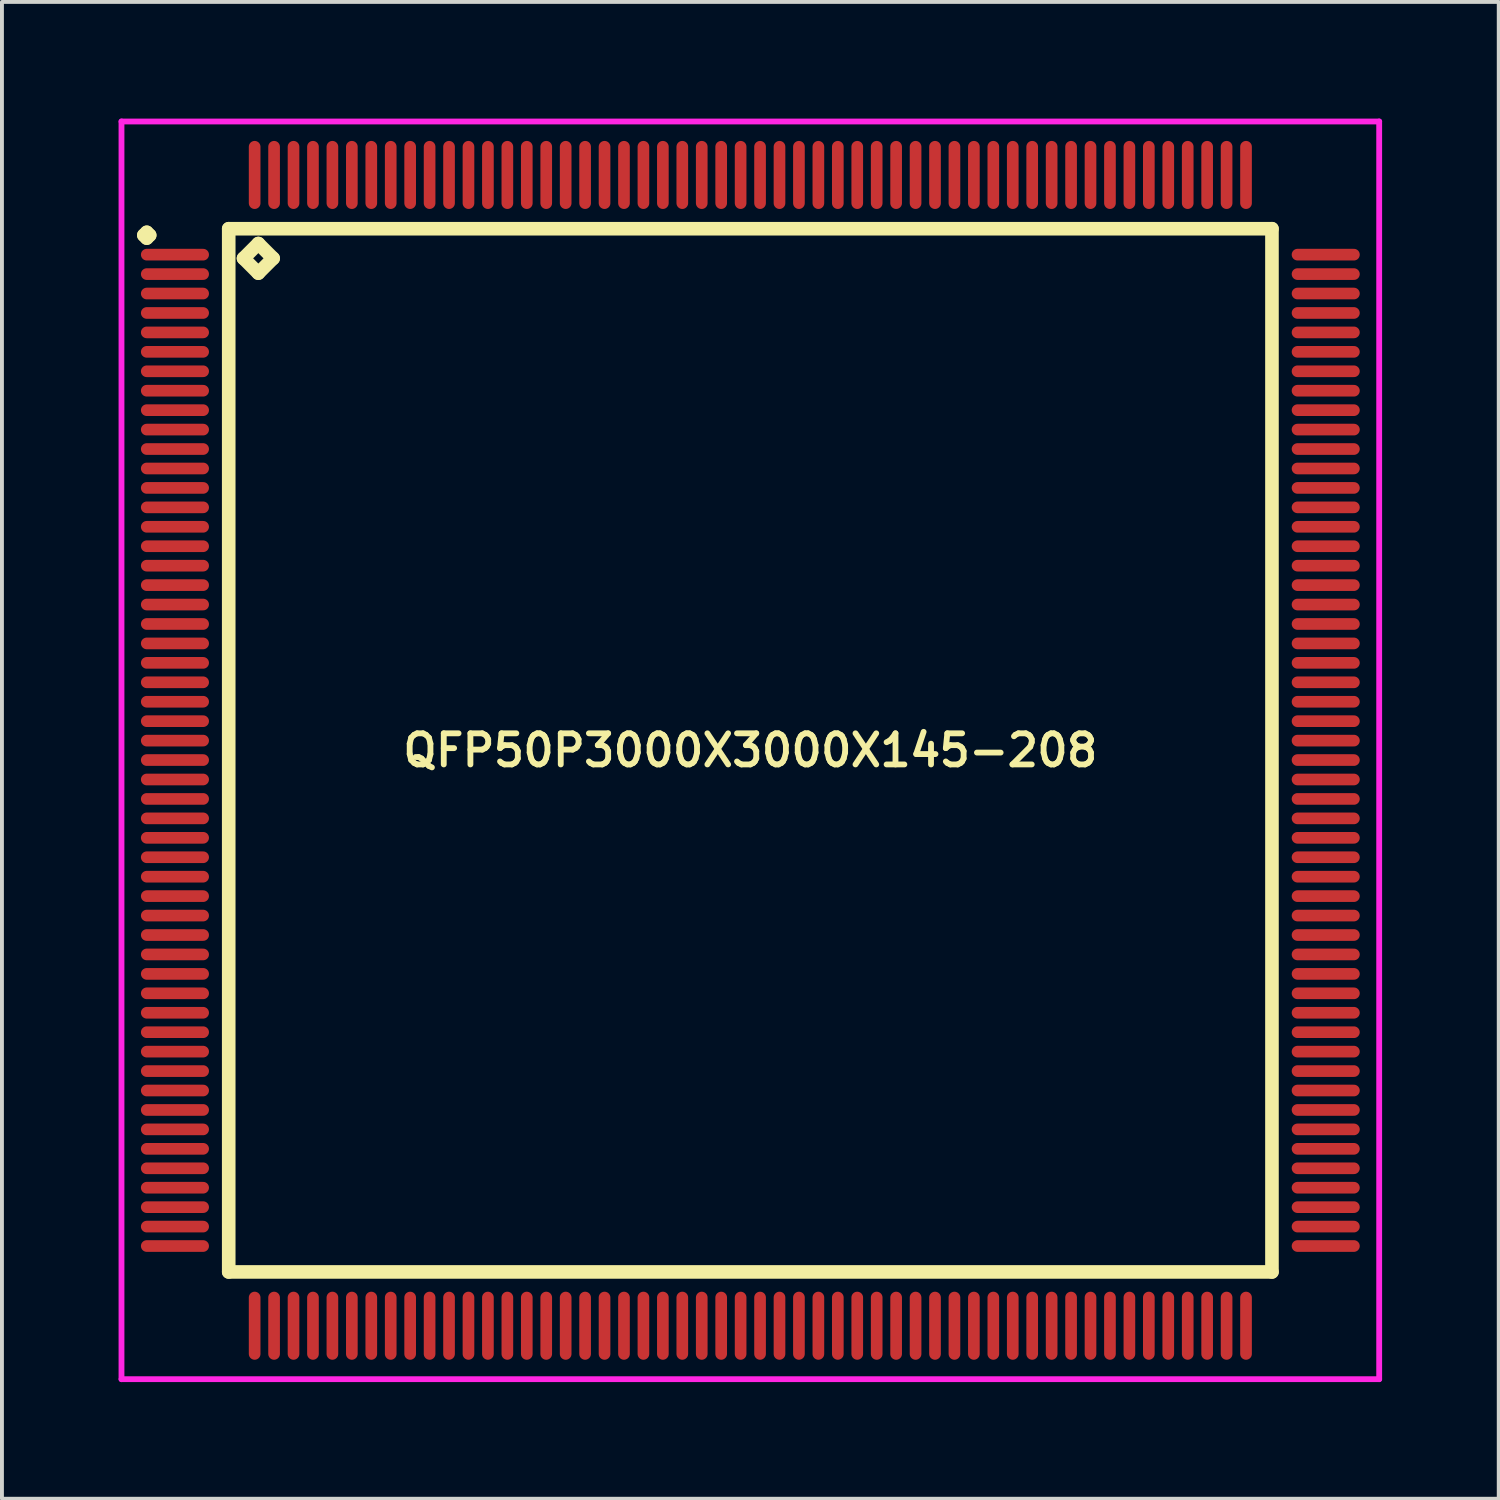
<source format=kicad_pcb>
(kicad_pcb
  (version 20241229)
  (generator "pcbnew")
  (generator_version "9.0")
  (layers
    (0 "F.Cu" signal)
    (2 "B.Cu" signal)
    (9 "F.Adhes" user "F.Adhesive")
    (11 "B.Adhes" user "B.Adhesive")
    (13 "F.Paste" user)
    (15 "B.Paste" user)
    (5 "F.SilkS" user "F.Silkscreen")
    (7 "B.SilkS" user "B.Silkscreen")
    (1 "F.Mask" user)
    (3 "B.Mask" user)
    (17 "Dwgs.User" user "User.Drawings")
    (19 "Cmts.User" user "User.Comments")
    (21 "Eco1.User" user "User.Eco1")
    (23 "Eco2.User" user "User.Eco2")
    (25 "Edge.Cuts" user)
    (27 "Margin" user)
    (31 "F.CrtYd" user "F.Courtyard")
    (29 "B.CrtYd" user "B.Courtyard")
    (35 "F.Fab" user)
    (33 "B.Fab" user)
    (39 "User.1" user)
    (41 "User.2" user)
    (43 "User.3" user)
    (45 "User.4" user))
  (footprint "QFP50P3000X3000X145-208"
    (layer "F.Cu")
    (at 16.25 16.25)
    (property "Reference" "QFP50P3000X3000X145-208" (at 0 0 0) (layer "F.SilkS") (effects (font (size 0.8 0.8) (thickness 0.15))))
    (attr through_hole)
    (fp_line (start -15.6 -13.25) (end -15.525 -13.325) (stroke (width 0.35) (type solid)) (layer "F.SilkS"))
    (fp_line (start -15.525 -13.325) (end -15.45 -13.25) (stroke (width 0.35) (type solid)) (layer "F.SilkS"))
    (fp_line (start -15.525 -13.175) (end -15.6 -13.25) (stroke (width 0.35) (type solid)) (layer "F.SilkS"))
    (fp_line (start -15.45 -13.25) (end -15.525 -13.175) (stroke (width 0.35) (type solid)) (layer "F.SilkS"))
    (fp_line (start -13.417 -13.417) (end -13.417 13.417) (stroke (width 0.35) (type solid)) (layer "F.SilkS"))
    (fp_line (start -13.417 13.417) (end 13.417 13.417) (stroke (width 0.35) (type solid)) (layer "F.SilkS"))
    (fp_line (start -13.036 -12.655) (end -12.655 -13.036) (stroke (width 0.35) (type solid)) (layer "F.SilkS"))
    (fp_line (start -12.655 -13.036) (end -12.274 -12.655) (stroke (width 0.35) (type solid)) (layer "F.SilkS"))
    (fp_line (start -12.655 -12.274) (end -13.036 -12.655) (stroke (width 0.35) (type solid)) (layer "F.SilkS"))
    (fp_line (start -12.274 -12.655) (end -12.655 -12.274) (stroke (width 0.35) (type solid)) (layer "F.SilkS"))
    (fp_line (start 13.417 -13.417) (end -13.417 -13.417) (stroke (width 0.35) (type solid)) (layer "F.SilkS"))
    (fp_line (start 13.417 13.417) (end 13.417 -13.417) (stroke (width 0.35) (type solid)) (layer "F.SilkS"))
    (fp_line (start -16.175 -16.175) (end 16.175 -16.175) (stroke (width 0.15) (type solid)) (layer "F.CrtYd"))
    (fp_line (start -16.175 16.175) (end -16.175 -16.175) (stroke (width 0.15) (type solid)) (layer "F.CrtYd"))
    (fp_line (start 16.175 -16.175) (end 16.175 16.175) (stroke (width 0.15) (type solid)) (layer "F.CrtYd"))
    (fp_line (start 16.175 16.175) (end -16.175 16.175) (stroke (width 0.15) (type solid)) (layer "F.CrtYd"))
    (pad "1" smd oval (at -14.8 -12.75) (size 1.75 0.3) (layers "F.Cu" "F.Mask" "F.Paste"))
    (pad "2" smd oval (at -14.8 -12.25) (size 1.75 0.3) (layers "F.Cu" "F.Mask" "F.Paste"))
    (pad "3" smd oval (at -14.8 -11.75) (size 1.75 0.3) (layers "F.Cu" "F.Mask" "F.Paste"))
    (pad "4" smd oval (at -14.8 -11.25) (size 1.75 0.3) (layers "F.Cu" "F.Mask" "F.Paste"))
    (pad "5" smd oval (at -14.8 -10.75) (size 1.75 0.3) (layers "F.Cu" "F.Mask" "F.Paste"))
    (pad "6" smd oval (at -14.8 -10.25) (size 1.75 0.3) (layers "F.Cu" "F.Mask" "F.Paste"))
    (pad "7" smd oval (at -14.8 -9.75) (size 1.75 0.3) (layers "F.Cu" "F.Mask" "F.Paste"))
    (pad "8" smd oval (at -14.8 -9.25) (size 1.75 0.3) (layers "F.Cu" "F.Mask" "F.Paste"))
    (pad "9" smd oval (at -14.8 -8.75) (size 1.75 0.3) (layers "F.Cu" "F.Mask" "F.Paste"))
    (pad "10" smd oval (at -14.8 -8.25) (size 1.75 0.3) (layers "F.Cu" "F.Mask" "F.Paste"))
    (pad "11" smd oval (at -14.8 -7.75) (size 1.75 0.3) (layers "F.Cu" "F.Mask" "F.Paste"))
    (pad "12" smd oval (at -14.8 -7.25) (size 1.75 0.3) (layers "F.Cu" "F.Mask" "F.Paste"))
    (pad "13" smd oval (at -14.8 -6.75) (size 1.75 0.3) (layers "F.Cu" "F.Mask" "F.Paste"))
    (pad "14" smd oval (at -14.8 -6.25) (size 1.75 0.3) (layers "F.Cu" "F.Mask" "F.Paste"))
    (pad "15" smd oval (at -14.8 -5.75) (size 1.75 0.3) (layers "F.Cu" "F.Mask" "F.Paste"))
    (pad "16" smd oval (at -14.8 -5.25) (size 1.75 0.3) (layers "F.Cu" "F.Mask" "F.Paste"))
    (pad "17" smd oval (at -14.8 -4.75) (size 1.75 0.3) (layers "F.Cu" "F.Mask" "F.Paste"))
    (pad "18" smd oval (at -14.8 -4.25) (size 1.75 0.3) (layers "F.Cu" "F.Mask" "F.Paste"))
    (pad "19" smd oval (at -14.8 -3.75) (size 1.75 0.3) (layers "F.Cu" "F.Mask" "F.Paste"))
    (pad "20" smd oval (at -14.8 -3.25) (size 1.75 0.3) (layers "F.Cu" "F.Mask" "F.Paste"))
    (pad "21" smd oval (at -14.8 -2.75) (size 1.75 0.3) (layers "F.Cu" "F.Mask" "F.Paste"))
    (pad "22" smd oval (at -14.8 -2.25) (size 1.75 0.3) (layers "F.Cu" "F.Mask" "F.Paste"))
    (pad "23" smd oval (at -14.8 -1.75) (size 1.75 0.3) (layers "F.Cu" "F.Mask" "F.Paste"))
    (pad "24" smd oval (at -14.8 -1.25) (size 1.75 0.3) (layers "F.Cu" "F.Mask" "F.Paste"))
    (pad "25" smd oval (at -14.8 -0.75) (size 1.75 0.3) (layers "F.Cu" "F.Mask" "F.Paste"))
    (pad "26" smd oval (at -14.8 -0.25) (size 1.75 0.3) (layers "F.Cu" "F.Mask" "F.Paste"))
    (pad "27" smd oval (at -14.8 0.25) (size 1.75 0.3) (layers "F.Cu" "F.Mask" "F.Paste"))
    (pad "28" smd oval (at -14.8 0.75) (size 1.75 0.3) (layers "F.Cu" "F.Mask" "F.Paste"))
    (pad "29" smd oval (at -14.8 1.25) (size 1.75 0.3) (layers "F.Cu" "F.Mask" "F.Paste"))
    (pad "30" smd oval (at -14.8 1.75) (size 1.75 0.3) (layers "F.Cu" "F.Mask" "F.Paste"))
    (pad "31" smd oval (at -14.8 2.25) (size 1.75 0.3) (layers "F.Cu" "F.Mask" "F.Paste"))
    (pad "32" smd oval (at -14.8 2.75) (size 1.75 0.3) (layers "F.Cu" "F.Mask" "F.Paste"))
    (pad "33" smd oval (at -14.8 3.25) (size 1.75 0.3) (layers "F.Cu" "F.Mask" "F.Paste"))
    (pad "34" smd oval (at -14.8 3.75) (size 1.75 0.3) (layers "F.Cu" "F.Mask" "F.Paste"))
    (pad "35" smd oval (at -14.8 4.25) (size 1.75 0.3) (layers "F.Cu" "F.Mask" "F.Paste"))
    (pad "36" smd oval (at -14.8 4.75) (size 1.75 0.3) (layers "F.Cu" "F.Mask" "F.Paste"))
    (pad "37" smd oval (at -14.8 5.25) (size 1.75 0.3) (layers "F.Cu" "F.Mask" "F.Paste"))
    (pad "38" smd oval (at -14.8 5.75) (size 1.75 0.3) (layers "F.Cu" "F.Mask" "F.Paste"))
    (pad "39" smd oval (at -14.8 6.25) (size 1.75 0.3) (layers "F.Cu" "F.Mask" "F.Paste"))
    (pad "40" smd oval (at -14.8 6.75) (size 1.75 0.3) (layers "F.Cu" "F.Mask" "F.Paste"))
    (pad "41" smd oval (at -14.8 7.25) (size 1.75 0.3) (layers "F.Cu" "F.Mask" "F.Paste"))
    (pad "42" smd oval (at -14.8 7.75) (size 1.75 0.3) (layers "F.Cu" "F.Mask" "F.Paste"))
    (pad "43" smd oval (at -14.8 8.25) (size 1.75 0.3) (layers "F.Cu" "F.Mask" "F.Paste"))
    (pad "44" smd oval (at -14.8 8.75) (size 1.75 0.3) (layers "F.Cu" "F.Mask" "F.Paste"))
    (pad "45" smd oval (at -14.8 9.25) (size 1.75 0.3) (layers "F.Cu" "F.Mask" "F.Paste"))
    (pad "46" smd oval (at -14.8 9.75) (size 1.75 0.3) (layers "F.Cu" "F.Mask" "F.Paste"))
    (pad "47" smd oval (at -14.8 10.25) (size 1.75 0.3) (layers "F.Cu" "F.Mask" "F.Paste"))
    (pad "48" smd oval (at -14.8 10.75) (size 1.75 0.3) (layers "F.Cu" "F.Mask" "F.Paste"))
    (pad "49" smd oval (at -14.8 11.25) (size 1.75 0.3) (layers "F.Cu" "F.Mask" "F.Paste"))
    (pad "50" smd oval (at -14.8 11.75) (size 1.75 0.3) (layers "F.Cu" "F.Mask" "F.Paste"))
    (pad "51" smd oval (at -14.8 12.25) (size 1.75 0.3) (layers "F.Cu" "F.Mask" "F.Paste"))
    (pad "52" smd oval (at -14.8 12.75) (size 1.75 0.3) (layers "F.Cu" "F.Mask" "F.Paste"))
    (pad "53" smd oval (at -12.75 14.8) (size 0.3 1.75) (layers "F.Cu" "F.Mask" "F.Paste"))
    (pad "54" smd oval (at -12.25 14.8) (size 0.3 1.75) (layers "F.Cu" "F.Mask" "F.Paste"))
    (pad "55" smd oval (at -11.75 14.8) (size 0.3 1.75) (layers "F.Cu" "F.Mask" "F.Paste"))
    (pad "56" smd oval (at -11.25 14.8) (size 0.3 1.75) (layers "F.Cu" "F.Mask" "F.Paste"))
    (pad "57" smd oval (at -10.75 14.8) (size 0.3 1.75) (layers "F.Cu" "F.Mask" "F.Paste"))
    (pad "58" smd oval (at -10.25 14.8) (size 0.3 1.75) (layers "F.Cu" "F.Mask" "F.Paste"))
    (pad "59" smd oval (at -9.75 14.8) (size 0.3 1.75) (layers "F.Cu" "F.Mask" "F.Paste"))
    (pad "60" smd oval (at -9.25 14.8) (size 0.3 1.75) (layers "F.Cu" "F.Mask" "F.Paste"))
    (pad "61" smd oval (at -8.75 14.8) (size 0.3 1.75) (layers "F.Cu" "F.Mask" "F.Paste"))
    (pad "62" smd oval (at -8.25 14.8) (size 0.3 1.75) (layers "F.Cu" "F.Mask" "F.Paste"))
    (pad "63" smd oval (at -7.75 14.8) (size 0.3 1.75) (layers "F.Cu" "F.Mask" "F.Paste"))
    (pad "64" smd oval (at -7.25 14.8) (size 0.3 1.75) (layers "F.Cu" "F.Mask" "F.Paste"))
    (pad "65" smd oval (at -6.75 14.8) (size 0.3 1.75) (layers "F.Cu" "F.Mask" "F.Paste"))
    (pad "66" smd oval (at -6.25 14.8) (size 0.3 1.75) (layers "F.Cu" "F.Mask" "F.Paste"))
    (pad "67" smd oval (at -5.75 14.8) (size 0.3 1.75) (layers "F.Cu" "F.Mask" "F.Paste"))
    (pad "68" smd oval (at -5.25 14.8) (size 0.3 1.75) (layers "F.Cu" "F.Mask" "F.Paste"))
    (pad "69" smd oval (at -4.75 14.8) (size 0.3 1.75) (layers "F.Cu" "F.Mask" "F.Paste"))
    (pad "70" smd oval (at -4.25 14.8) (size 0.3 1.75) (layers "F.Cu" "F.Mask" "F.Paste"))
    (pad "71" smd oval (at -3.75 14.8) (size 0.3 1.75) (layers "F.Cu" "F.Mask" "F.Paste"))
    (pad "72" smd oval (at -3.25 14.8) (size 0.3 1.75) (layers "F.Cu" "F.Mask" "F.Paste"))
    (pad "73" smd oval (at -2.75 14.8) (size 0.3 1.75) (layers "F.Cu" "F.Mask" "F.Paste"))
    (pad "74" smd oval (at -2.25 14.8) (size 0.3 1.75) (layers "F.Cu" "F.Mask" "F.Paste"))
    (pad "75" smd oval (at -1.75 14.8) (size 0.3 1.75) (layers "F.Cu" "F.Mask" "F.Paste"))
    (pad "76" smd oval (at -1.25 14.8) (size 0.3 1.75) (layers "F.Cu" "F.Mask" "F.Paste"))
    (pad "77" smd oval (at -0.75 14.8) (size 0.3 1.75) (layers "F.Cu" "F.Mask" "F.Paste"))
    (pad "78" smd oval (at -0.25 14.8) (size 0.3 1.75) (layers "F.Cu" "F.Mask" "F.Paste"))
    (pad "79" smd oval (at 0.25 14.8) (size 0.3 1.75) (layers "F.Cu" "F.Mask" "F.Paste"))
    (pad "80" smd oval (at 0.75 14.8) (size 0.3 1.75) (layers "F.Cu" "F.Mask" "F.Paste"))
    (pad "81" smd oval (at 1.25 14.8) (size 0.3 1.75) (layers "F.Cu" "F.Mask" "F.Paste"))
    (pad "82" smd oval (at 1.75 14.8) (size 0.3 1.75) (layers "F.Cu" "F.Mask" "F.Paste"))
    (pad "83" smd oval (at 2.25 14.8) (size 0.3 1.75) (layers "F.Cu" "F.Mask" "F.Paste"))
    (pad "84" smd oval (at 2.75 14.8) (size 0.3 1.75) (layers "F.Cu" "F.Mask" "F.Paste"))
    (pad "85" smd oval (at 3.25 14.8) (size 0.3 1.75) (layers "F.Cu" "F.Mask" "F.Paste"))
    (pad "86" smd oval (at 3.75 14.8) (size 0.3 1.75) (layers "F.Cu" "F.Mask" "F.Paste"))
    (pad "87" smd oval (at 4.25 14.8) (size 0.3 1.75) (layers "F.Cu" "F.Mask" "F.Paste"))
    (pad "88" smd oval (at 4.75 14.8) (size 0.3 1.75) (layers "F.Cu" "F.Mask" "F.Paste"))
    (pad "89" smd oval (at 5.25 14.8) (size 0.3 1.75) (layers "F.Cu" "F.Mask" "F.Paste"))
    (pad "90" smd oval (at 5.75 14.8) (size 0.3 1.75) (layers "F.Cu" "F.Mask" "F.Paste"))
    (pad "91" smd oval (at 6.25 14.8) (size 0.3 1.75) (layers "F.Cu" "F.Mask" "F.Paste"))
    (pad "92" smd oval (at 6.75 14.8) (size 0.3 1.75) (layers "F.Cu" "F.Mask" "F.Paste"))
    (pad "93" smd oval (at 7.25 14.8) (size 0.3 1.75) (layers "F.Cu" "F.Mask" "F.Paste"))
    (pad "94" smd oval (at 7.75 14.8) (size 0.3 1.75) (layers "F.Cu" "F.Mask" "F.Paste"))
    (pad "95" smd oval (at 8.25 14.8) (size 0.3 1.75) (layers "F.Cu" "F.Mask" "F.Paste"))
    (pad "96" smd oval (at 8.75 14.8) (size 0.3 1.75) (layers "F.Cu" "F.Mask" "F.Paste"))
    (pad "97" smd oval (at 9.25 14.8) (size 0.3 1.75) (layers "F.Cu" "F.Mask" "F.Paste"))
    (pad "98" smd oval (at 9.75 14.8) (size 0.3 1.75) (layers "F.Cu" "F.Mask" "F.Paste"))
    (pad "99" smd oval (at 10.25 14.8) (size 0.3 1.75) (layers "F.Cu" "F.Mask" "F.Paste"))
    (pad "100" smd oval (at 10.75 14.8) (size 0.3 1.75) (layers "F.Cu" "F.Mask" "F.Paste"))
    (pad "101" smd oval (at 11.25 14.8) (size 0.3 1.75) (layers "F.Cu" "F.Mask" "F.Paste"))
    (pad "102" smd oval (at 11.75 14.8) (size 0.3 1.75) (layers "F.Cu" "F.Mask" "F.Paste"))
    (pad "103" smd oval (at 12.25 14.8) (size 0.3 1.75) (layers "F.Cu" "F.Mask" "F.Paste"))
    (pad "104" smd oval (at 12.75 14.8) (size 0.3 1.75) (layers "F.Cu" "F.Mask" "F.Paste"))
    (pad "105" smd oval (at 14.8 12.75) (size 1.75 0.3) (layers "F.Cu" "F.Mask" "F.Paste"))
    (pad "106" smd oval (at 14.8 12.25) (size 1.75 0.3) (layers "F.Cu" "F.Mask" "F.Paste"))
    (pad "107" smd oval (at 14.8 11.75) (size 1.75 0.3) (layers "F.Cu" "F.Mask" "F.Paste"))
    (pad "108" smd oval (at 14.8 11.25) (size 1.75 0.3) (layers "F.Cu" "F.Mask" "F.Paste"))
    (pad "109" smd oval (at 14.8 10.75) (size 1.75 0.3) (layers "F.Cu" "F.Mask" "F.Paste"))
    (pad "110" smd oval (at 14.8 10.25) (size 1.75 0.3) (layers "F.Cu" "F.Mask" "F.Paste"))
    (pad "111" smd oval (at 14.8 9.75) (size 1.75 0.3) (layers "F.Cu" "F.Mask" "F.Paste"))
    (pad "112" smd oval (at 14.8 9.25) (size 1.75 0.3) (layers "F.Cu" "F.Mask" "F.Paste"))
    (pad "113" smd oval (at 14.8 8.75) (size 1.75 0.3) (layers "F.Cu" "F.Mask" "F.Paste"))
    (pad "114" smd oval (at 14.8 8.25) (size 1.75 0.3) (layers "F.Cu" "F.Mask" "F.Paste"))
    (pad "115" smd oval (at 14.8 7.75) (size 1.75 0.3) (layers "F.Cu" "F.Mask" "F.Paste"))
    (pad "116" smd oval (at 14.8 7.25) (size 1.75 0.3) (layers "F.Cu" "F.Mask" "F.Paste"))
    (pad "117" smd oval (at 14.8 6.75) (size 1.75 0.3) (layers "F.Cu" "F.Mask" "F.Paste"))
    (pad "118" smd oval (at 14.8 6.25) (size 1.75 0.3) (layers "F.Cu" "F.Mask" "F.Paste"))
    (pad "119" smd oval (at 14.8 5.75) (size 1.75 0.3) (layers "F.Cu" "F.Mask" "F.Paste"))
    (pad "120" smd oval (at 14.8 5.25) (size 1.75 0.3) (layers "F.Cu" "F.Mask" "F.Paste"))
    (pad "121" smd oval (at 14.8 4.75) (size 1.75 0.3) (layers "F.Cu" "F.Mask" "F.Paste"))
    (pad "122" smd oval (at 14.8 4.25) (size 1.75 0.3) (layers "F.Cu" "F.Mask" "F.Paste"))
    (pad "123" smd oval (at 14.8 3.75) (size 1.75 0.3) (layers "F.Cu" "F.Mask" "F.Paste"))
    (pad "124" smd oval (at 14.8 3.25) (size 1.75 0.3) (layers "F.Cu" "F.Mask" "F.Paste"))
    (pad "125" smd oval (at 14.8 2.75) (size 1.75 0.3) (layers "F.Cu" "F.Mask" "F.Paste"))
    (pad "126" smd oval (at 14.8 2.25) (size 1.75 0.3) (layers "F.Cu" "F.Mask" "F.Paste"))
    (pad "127" smd oval (at 14.8 1.75) (size 1.75 0.3) (layers "F.Cu" "F.Mask" "F.Paste"))
    (pad "128" smd oval (at 14.8 1.25) (size 1.75 0.3) (layers "F.Cu" "F.Mask" "F.Paste"))
    (pad "129" smd oval (at 14.8 0.75) (size 1.75 0.3) (layers "F.Cu" "F.Mask" "F.Paste"))
    (pad "130" smd oval (at 14.8 0.25) (size 1.75 0.3) (layers "F.Cu" "F.Mask" "F.Paste"))
    (pad "131" smd oval (at 14.8 -0.25) (size 1.75 0.3) (layers "F.Cu" "F.Mask" "F.Paste"))
    (pad "132" smd oval (at 14.8 -0.75) (size 1.75 0.3) (layers "F.Cu" "F.Mask" "F.Paste"))
    (pad "133" smd oval (at 14.8 -1.25) (size 1.75 0.3) (layers "F.Cu" "F.Mask" "F.Paste"))
    (pad "134" smd oval (at 14.8 -1.75) (size 1.75 0.3) (layers "F.Cu" "F.Mask" "F.Paste"))
    (pad "135" smd oval (at 14.8 -2.25) (size 1.75 0.3) (layers "F.Cu" "F.Mask" "F.Paste"))
    (pad "136" smd oval (at 14.8 -2.75) (size 1.75 0.3) (layers "F.Cu" "F.Mask" "F.Paste"))
    (pad "137" smd oval (at 14.8 -3.25) (size 1.75 0.3) (layers "F.Cu" "F.Mask" "F.Paste"))
    (pad "138" smd oval (at 14.8 -3.75) (size 1.75 0.3) (layers "F.Cu" "F.Mask" "F.Paste"))
    (pad "139" smd oval (at 14.8 -4.25) (size 1.75 0.3) (layers "F.Cu" "F.Mask" "F.Paste"))
    (pad "140" smd oval (at 14.8 -4.75) (size 1.75 0.3) (layers "F.Cu" "F.Mask" "F.Paste"))
    (pad "141" smd oval (at 14.8 -5.25) (size 1.75 0.3) (layers "F.Cu" "F.Mask" "F.Paste"))
    (pad "142" smd oval (at 14.8 -5.75) (size 1.75 0.3) (layers "F.Cu" "F.Mask" "F.Paste"))
    (pad "143" smd oval (at 14.8 -6.25) (size 1.75 0.3) (layers "F.Cu" "F.Mask" "F.Paste"))
    (pad "144" smd oval (at 14.8 -6.75) (size 1.75 0.3) (layers "F.Cu" "F.Mask" "F.Paste"))
    (pad "145" smd oval (at 14.8 -7.25) (size 1.75 0.3) (layers "F.Cu" "F.Mask" "F.Paste"))
    (pad "146" smd oval (at 14.8 -7.75) (size 1.75 0.3) (layers "F.Cu" "F.Mask" "F.Paste"))
    (pad "147" smd oval (at 14.8 -8.25) (size 1.75 0.3) (layers "F.Cu" "F.Mask" "F.Paste"))
    (pad "148" smd oval (at 14.8 -8.75) (size 1.75 0.3) (layers "F.Cu" "F.Mask" "F.Paste"))
    (pad "149" smd oval (at 14.8 -9.25) (size 1.75 0.3) (layers "F.Cu" "F.Mask" "F.Paste"))
    (pad "150" smd oval (at 14.8 -9.75) (size 1.75 0.3) (layers "F.Cu" "F.Mask" "F.Paste"))
    (pad "151" smd oval (at 14.8 -10.25) (size 1.75 0.3) (layers "F.Cu" "F.Mask" "F.Paste"))
    (pad "152" smd oval (at 14.8 -10.75) (size 1.75 0.3) (layers "F.Cu" "F.Mask" "F.Paste"))
    (pad "153" smd oval (at 14.8 -11.25) (size 1.75 0.3) (layers "F.Cu" "F.Mask" "F.Paste"))
    (pad "154" smd oval (at 14.8 -11.75) (size 1.75 0.3) (layers "F.Cu" "F.Mask" "F.Paste"))
    (pad "155" smd oval (at 14.8 -12.25) (size 1.75 0.3) (layers "F.Cu" "F.Mask" "F.Paste"))
    (pad "156" smd oval (at 14.8 -12.75) (size 1.75 0.3) (layers "F.Cu" "F.Mask" "F.Paste"))
    (pad "157" smd oval (at 12.75 -14.8) (size 0.3 1.75) (layers "F.Cu" "F.Mask" "F.Paste"))
    (pad "158" smd oval (at 12.25 -14.8) (size 0.3 1.75) (layers "F.Cu" "F.Mask" "F.Paste"))
    (pad "159" smd oval (at 11.75 -14.8) (size 0.3 1.75) (layers "F.Cu" "F.Mask" "F.Paste"))
    (pad "160" smd oval (at 11.25 -14.8) (size 0.3 1.75) (layers "F.Cu" "F.Mask" "F.Paste"))
    (pad "161" smd oval (at 10.75 -14.8) (size 0.3 1.75) (layers "F.Cu" "F.Mask" "F.Paste"))
    (pad "162" smd oval (at 10.25 -14.8) (size 0.3 1.75) (layers "F.Cu" "F.Mask" "F.Paste"))
    (pad "163" smd oval (at 9.75 -14.8) (size 0.3 1.75) (layers "F.Cu" "F.Mask" "F.Paste"))
    (pad "164" smd oval (at 9.25 -14.8) (size 0.3 1.75) (layers "F.Cu" "F.Mask" "F.Paste"))
    (pad "165" smd oval (at 8.75 -14.8) (size 0.3 1.75) (layers "F.Cu" "F.Mask" "F.Paste"))
    (pad "166" smd oval (at 8.25 -14.8) (size 0.3 1.75) (layers "F.Cu" "F.Mask" "F.Paste"))
    (pad "167" smd oval (at 7.75 -14.8) (size 0.3 1.75) (layers "F.Cu" "F.Mask" "F.Paste"))
    (pad "168" smd oval (at 7.25 -14.8) (size 0.3 1.75) (layers "F.Cu" "F.Mask" "F.Paste"))
    (pad "169" smd oval (at 6.75 -14.8) (size 0.3 1.75) (layers "F.Cu" "F.Mask" "F.Paste"))
    (pad "170" smd oval (at 6.25 -14.8) (size 0.3 1.75) (layers "F.Cu" "F.Mask" "F.Paste"))
    (pad "171" smd oval (at 5.75 -14.8) (size 0.3 1.75) (layers "F.Cu" "F.Mask" "F.Paste"))
    (pad "172" smd oval (at 5.25 -14.8) (size 0.3 1.75) (layers "F.Cu" "F.Mask" "F.Paste"))
    (pad "173" smd oval (at 4.75 -14.8) (size 0.3 1.75) (layers "F.Cu" "F.Mask" "F.Paste"))
    (pad "174" smd oval (at 4.25 -14.8) (size 0.3 1.75) (layers "F.Cu" "F.Mask" "F.Paste"))
    (pad "175" smd oval (at 3.75 -14.8) (size 0.3 1.75) (layers "F.Cu" "F.Mask" "F.Paste"))
    (pad "176" smd oval (at 3.25 -14.8) (size 0.3 1.75) (layers "F.Cu" "F.Mask" "F.Paste"))
    (pad "177" smd oval (at 2.75 -14.8) (size 0.3 1.75) (layers "F.Cu" "F.Mask" "F.Paste"))
    (pad "178" smd oval (at 2.25 -14.8) (size 0.3 1.75) (layers "F.Cu" "F.Mask" "F.Paste"))
    (pad "179" smd oval (at 1.75 -14.8) (size 0.3 1.75) (layers "F.Cu" "F.Mask" "F.Paste"))
    (pad "180" smd oval (at 1.25 -14.8) (size 0.3 1.75) (layers "F.Cu" "F.Mask" "F.Paste"))
    (pad "181" smd oval (at 0.75 -14.8) (size 0.3 1.75) (layers "F.Cu" "F.Mask" "F.Paste"))
    (pad "182" smd oval (at 0.25 -14.8) (size 0.3 1.75) (layers "F.Cu" "F.Mask" "F.Paste"))
    (pad "183" smd oval (at -0.25 -14.8) (size 0.3 1.75) (layers "F.Cu" "F.Mask" "F.Paste"))
    (pad "184" smd oval (at -0.75 -14.8) (size 0.3 1.75) (layers "F.Cu" "F.Mask" "F.Paste"))
    (pad "185" smd oval (at -1.25 -14.8) (size 0.3 1.75) (layers "F.Cu" "F.Mask" "F.Paste"))
    (pad "186" smd oval (at -1.75 -14.8) (size 0.3 1.75) (layers "F.Cu" "F.Mask" "F.Paste"))
    (pad "187" smd oval (at -2.25 -14.8) (size 0.3 1.75) (layers "F.Cu" "F.Mask" "F.Paste"))
    (pad "188" smd oval (at -2.75 -14.8) (size 0.3 1.75) (layers "F.Cu" "F.Mask" "F.Paste"))
    (pad "189" smd oval (at -3.25 -14.8) (size 0.3 1.75) (layers "F.Cu" "F.Mask" "F.Paste"))
    (pad "190" smd oval (at -3.75 -14.8) (size 0.3 1.75) (layers "F.Cu" "F.Mask" "F.Paste"))
    (pad "191" smd oval (at -4.25 -14.8) (size 0.3 1.75) (layers "F.Cu" "F.Mask" "F.Paste"))
    (pad "192" smd oval (at -4.75 -14.8) (size 0.3 1.75) (layers "F.Cu" "F.Mask" "F.Paste"))
    (pad "193" smd oval (at -5.25 -14.8) (size 0.3 1.75) (layers "F.Cu" "F.Mask" "F.Paste"))
    (pad "194" smd oval (at -5.75 -14.8) (size 0.3 1.75) (layers "F.Cu" "F.Mask" "F.Paste"))
    (pad "195" smd oval (at -6.25 -14.8) (size 0.3 1.75) (layers "F.Cu" "F.Mask" "F.Paste"))
    (pad "196" smd oval (at -6.75 -14.8) (size 0.3 1.75) (layers "F.Cu" "F.Mask" "F.Paste"))
    (pad "197" smd oval (at -7.25 -14.8) (size 0.3 1.75) (layers "F.Cu" "F.Mask" "F.Paste"))
    (pad "198" smd oval (at -7.75 -14.8) (size 0.3 1.75) (layers "F.Cu" "F.Mask" "F.Paste"))
    (pad "199" smd oval (at -8.25 -14.8) (size 0.3 1.75) (layers "F.Cu" "F.Mask" "F.Paste"))
    (pad "200" smd oval (at -8.75 -14.8) (size 0.3 1.75) (layers "F.Cu" "F.Mask" "F.Paste"))
    (pad "201" smd oval (at -9.25 -14.8) (size 0.3 1.75) (layers "F.Cu" "F.Mask" "F.Paste"))
    (pad "202" smd oval (at -9.75 -14.8) (size 0.3 1.75) (layers "F.Cu" "F.Mask" "F.Paste"))
    (pad "203" smd oval (at -10.25 -14.8) (size 0.3 1.75) (layers "F.Cu" "F.Mask" "F.Paste"))
    (pad "204" smd oval (at -10.75 -14.8) (size 0.3 1.75) (layers "F.Cu" "F.Mask" "F.Paste"))
    (pad "205" smd oval (at -11.25 -14.8) (size 0.3 1.75) (layers "F.Cu" "F.Mask" "F.Paste"))
    (pad "206" smd oval (at -11.75 -14.8) (size 0.3 1.75) (layers "F.Cu" "F.Mask" "F.Paste"))
    (pad "207" smd oval (at -12.25 -14.8) (size 0.3 1.75) (layers "F.Cu" "F.Mask" "F.Paste"))
    (pad "208" smd oval (at -12.75 -14.8) (size 0.3 1.75) (layers "F.Cu" "F.Mask" "F.Paste")))
  (gr_rect
    (start -3 -3)
    (end 35.5 35.5)
    (stroke (width 0.1) (type default))
    (fill no)
    (layer "Edge.Cuts")))
</source>
